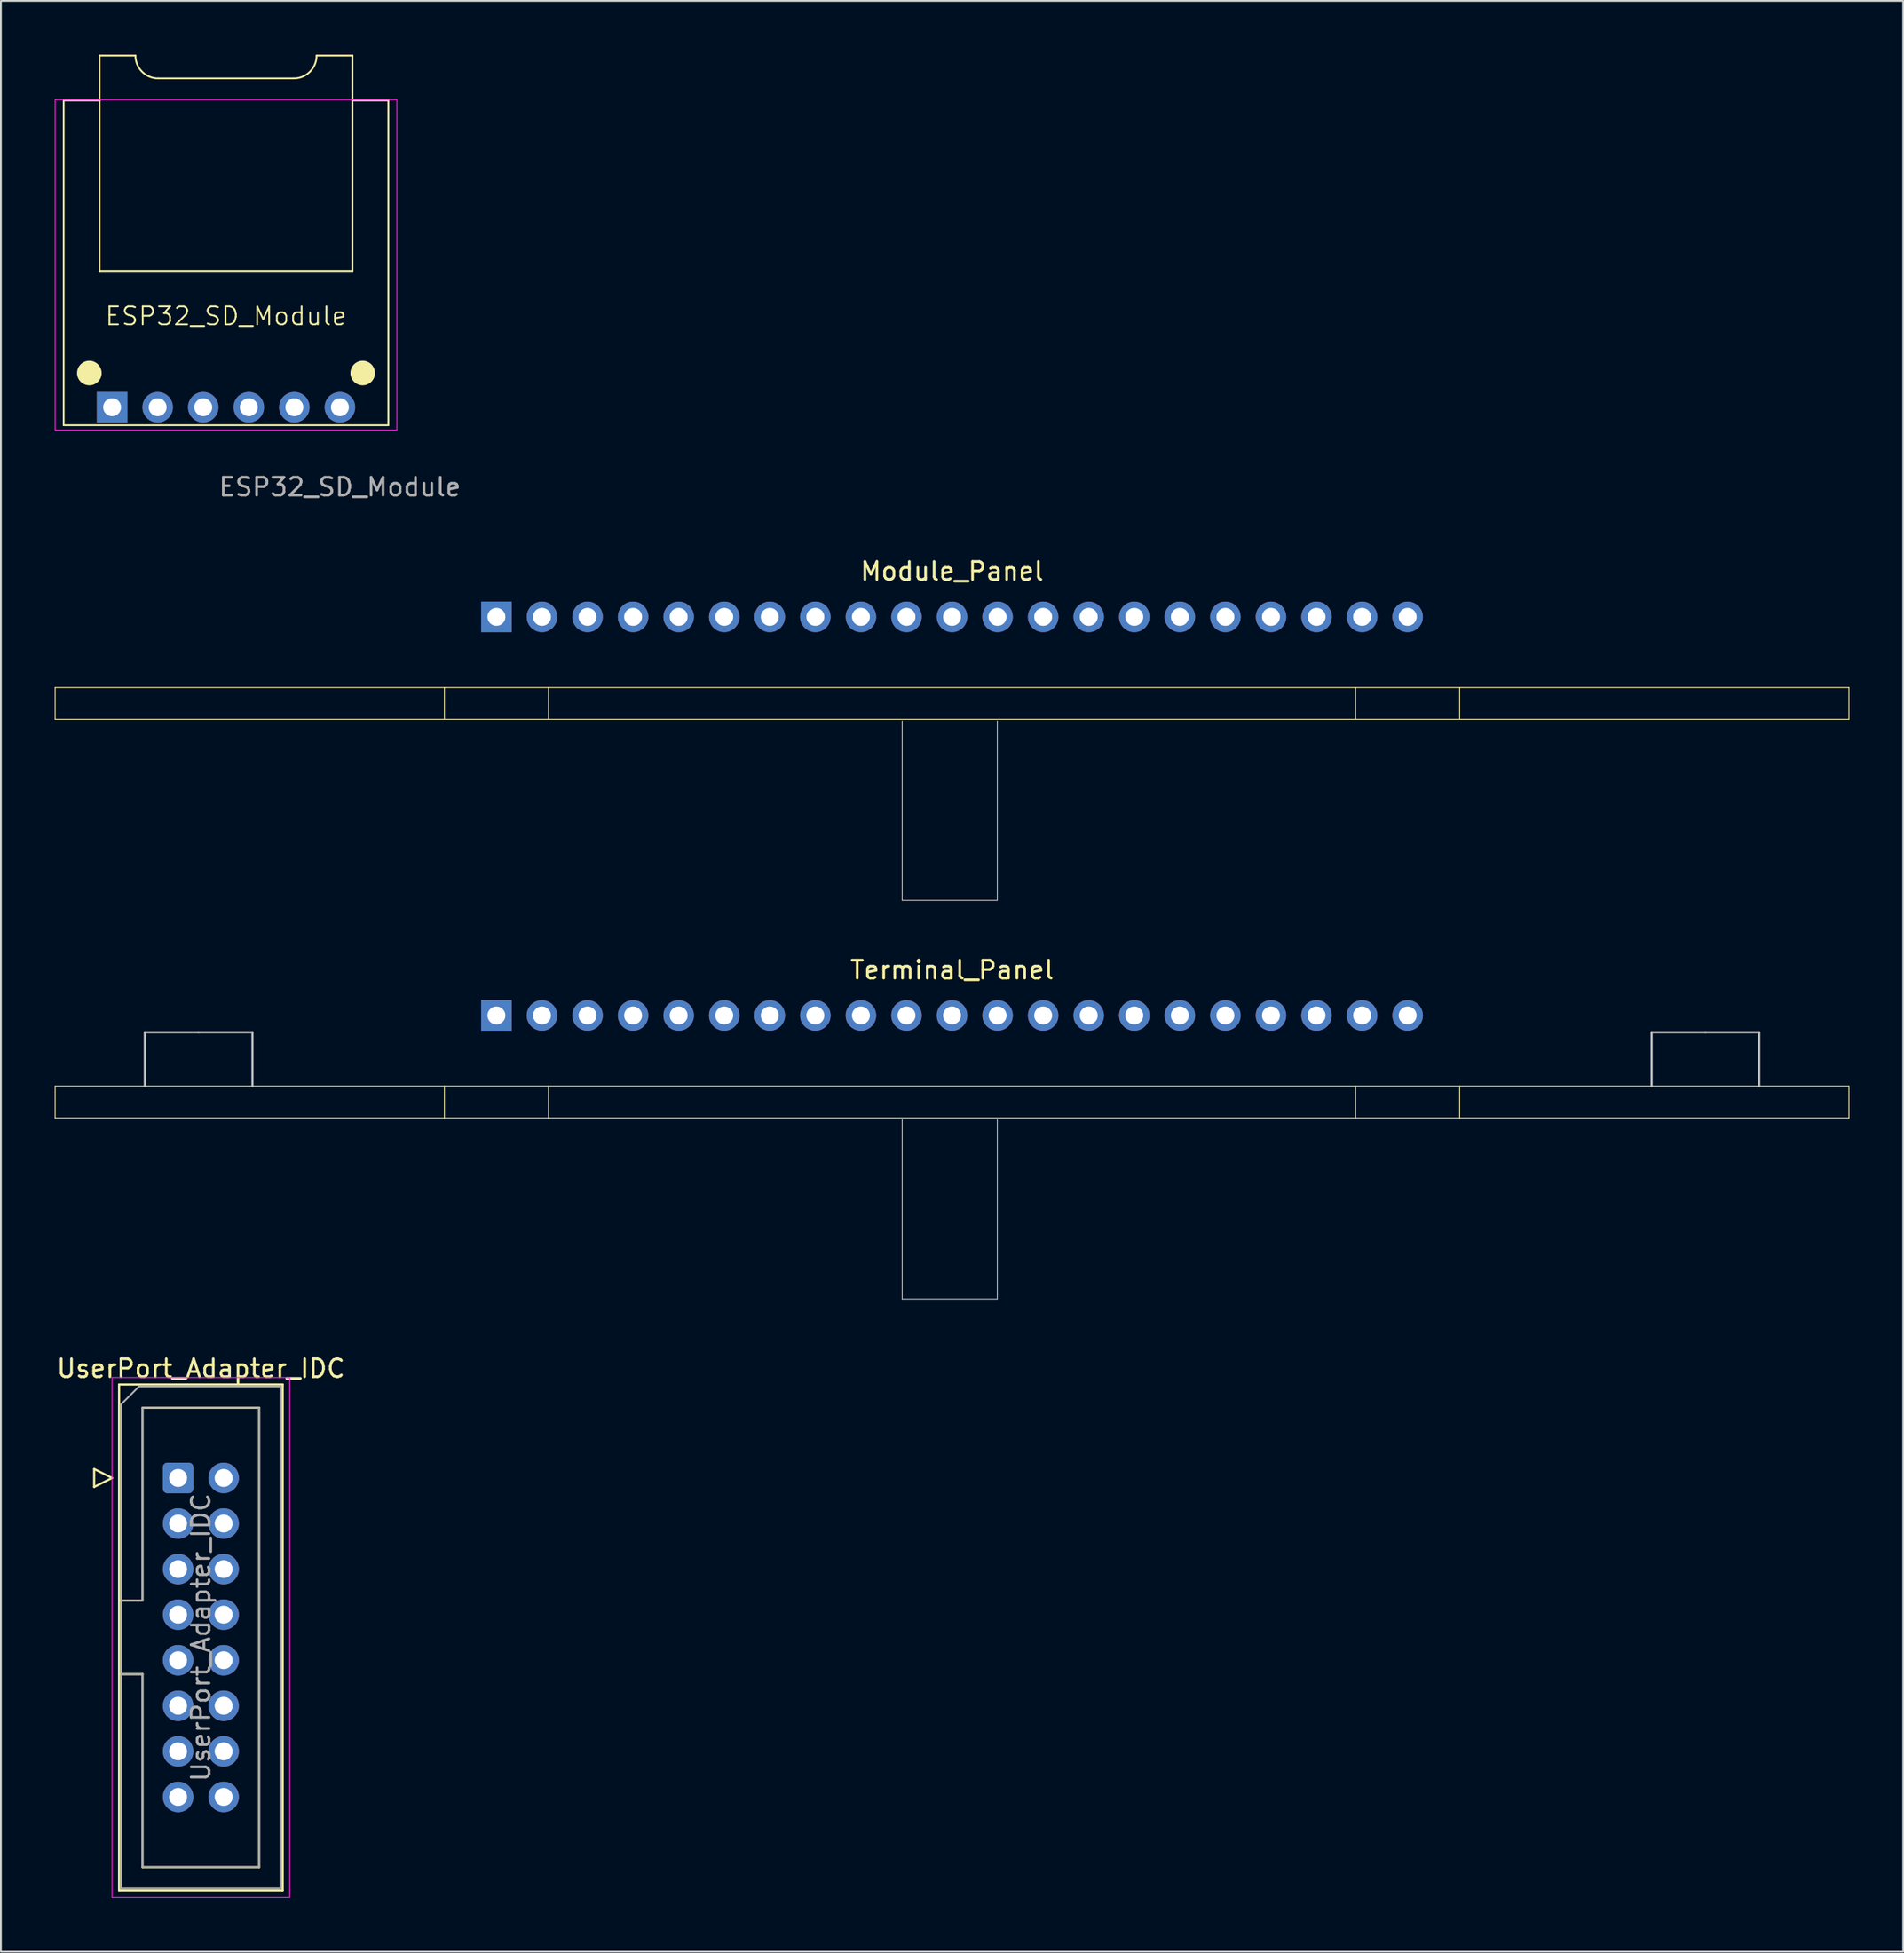
<source format=kicad_pcb>
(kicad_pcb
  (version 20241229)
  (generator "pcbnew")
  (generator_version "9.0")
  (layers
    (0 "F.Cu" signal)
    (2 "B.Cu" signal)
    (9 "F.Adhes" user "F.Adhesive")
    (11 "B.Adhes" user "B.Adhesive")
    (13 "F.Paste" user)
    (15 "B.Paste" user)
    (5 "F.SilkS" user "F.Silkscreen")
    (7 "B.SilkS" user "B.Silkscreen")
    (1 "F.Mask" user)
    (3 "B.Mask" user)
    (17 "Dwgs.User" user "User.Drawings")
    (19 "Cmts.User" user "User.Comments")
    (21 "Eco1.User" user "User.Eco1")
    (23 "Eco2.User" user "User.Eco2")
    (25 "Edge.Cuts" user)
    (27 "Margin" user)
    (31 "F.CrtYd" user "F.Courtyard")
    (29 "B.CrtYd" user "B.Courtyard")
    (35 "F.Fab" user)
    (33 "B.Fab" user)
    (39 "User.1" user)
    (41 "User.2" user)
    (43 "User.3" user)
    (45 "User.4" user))
  (footprint "UserPort_Adapter_IDC"
    (layer "F.Cu")
    (at 6.879 79.326)
    (property "Reference" "UserPort_Adapter_IDC" (at 1.27 -6.1 0) (layer "F.SilkS") (effects (font (size 1 1) (thickness 0.15))))
    (attr through_hole)
    (fp_line (start -4.68 -0.5) (end -4.68 0.5) (stroke (width 0.12) (type solid)) (layer "F.SilkS"))
    (fp_line (start -4.68 0.5) (end -3.68 0) (stroke (width 0.12) (type solid)) (layer "F.SilkS"))
    (fp_line (start -3.68 0) (end -4.68 -0.5) (stroke (width 0.12) (type solid)) (layer "F.SilkS"))
    (fp_line (start -3.29 -5.21) (end 5.83 -5.21) (stroke (width 0.12) (type solid)) (layer "F.SilkS"))
    (fp_line (start -3.29 6.84) (end -1.98 6.84) (stroke (width 0.12) (type solid)) (layer "F.SilkS"))
    (fp_line (start -3.29 22.99) (end -3.29 -5.21) (stroke (width 0.12) (type solid)) (layer "F.SilkS"))
    (fp_line (start -1.98 -3.91) (end 4.52 -3.91) (stroke (width 0.12) (type solid)) (layer "F.SilkS"))
    (fp_line (start -1.98 6.84) (end -1.98 -3.91) (stroke (width 0.12) (type solid)) (layer "F.SilkS"))
    (fp_line (start -1.98 10.94) (end -3.29 10.94) (stroke (width 0.12) (type solid)) (layer "F.SilkS"))
    (fp_line (start -1.98 10.94) (end -1.98 10.94) (stroke (width 0.12) (type solid)) (layer "F.SilkS"))
    (fp_line (start -1.98 21.69) (end -1.98 10.94) (stroke (width 0.12) (type solid)) (layer "F.SilkS"))
    (fp_line (start 4.52 -3.91) (end 4.52 21.69) (stroke (width 0.12) (type solid)) (layer "F.SilkS"))
    (fp_line (start 4.52 21.69) (end -1.98 21.69) (stroke (width 0.12) (type solid)) (layer "F.SilkS"))
    (fp_line (start 5.83 -5.21) (end 5.83 22.99) (stroke (width 0.12) (type solid)) (layer "F.SilkS"))
    (fp_line (start 5.83 22.99) (end -3.29 22.99) (stroke (width 0.12) (type solid)) (layer "F.SilkS"))
    (fp_line (start -3.68 -5.6) (end -3.68 23.38) (stroke (width 0.05) (type solid)) (layer "F.CrtYd"))
    (fp_line (start -3.68 23.38) (end 6.22 23.38) (stroke (width 0.05) (type solid)) (layer "F.CrtYd"))
    (fp_line (start 6.22 -5.6) (end -3.68 -5.6) (stroke (width 0.05) (type solid)) (layer "F.CrtYd"))
    (fp_line (start 6.22 23.38) (end 6.22 -5.6) (stroke (width 0.05) (type solid)) (layer "F.CrtYd"))
    (fp_line (start -3.18 -4.1) (end -2.18 -5.1) (stroke (width 0.1) (type solid)) (layer "F.Fab"))
    (fp_line (start -3.18 6.84) (end -1.98 6.84) (stroke (width 0.1) (type solid)) (layer "F.Fab"))
    (fp_line (start -3.18 22.88) (end -3.18 -4.1) (stroke (width 0.1) (type solid)) (layer "F.Fab"))
    (fp_line (start -2.18 -5.1) (end 5.72 -5.1) (stroke (width 0.1) (type solid)) (layer "F.Fab"))
    (fp_line (start -1.98 -3.91) (end 4.52 -3.91) (stroke (width 0.1) (type solid)) (layer "F.Fab"))
    (fp_line (start -1.98 6.84) (end -1.98 -3.91) (stroke (width 0.1) (type solid)) (layer "F.Fab"))
    (fp_line (start -1.98 10.94) (end -3.18 10.94) (stroke (width 0.1) (type solid)) (layer "F.Fab"))
    (fp_line (start -1.98 10.94) (end -1.98 10.94) (stroke (width 0.1) (type solid)) (layer "F.Fab"))
    (fp_line (start -1.98 21.69) (end -1.98 10.94) (stroke (width 0.1) (type solid)) (layer "F.Fab"))
    (fp_line (start 4.52 -3.91) (end 4.52 21.69) (stroke (width 0.1) (type solid)) (layer "F.Fab"))
    (fp_line (start 4.52 21.69) (end -1.98 21.69) (stroke (width 0.1) (type solid)) (layer "F.Fab"))
    (fp_line (start 5.72 -5.1) (end 5.72 22.88) (stroke (width 0.1) (type solid)) (layer "F.Fab"))
    (fp_line (start 5.72 22.88) (end -3.18 22.88) (stroke (width 0.1) (type solid)) (layer "F.Fab"))
    (fp_text user "${REFERENCE}" (at 1.27 8.89 90) (layer "F.Fab") (effects (font (size 1 1) (thickness 0.15))))
    (pad "1" thru_hole roundrect (at 0 0) (size 1.7 1.7) (drill 1) (layers "*.Cu" "*.Mask") (roundrect_rratio 0.147))
    (pad "2" thru_hole circle (at 0 2.54) (size 1.7 1.7) (drill 1) (layers "*.Cu" "*.Mask"))
    (pad "3" thru_hole circle (at 0 5.08) (size 1.7 1.7) (drill 1) (layers "*.Cu" "*.Mask"))
    (pad "4" thru_hole circle (at 0 7.62) (size 1.7 1.7) (drill 1) (layers "*.Cu" "*.Mask"))
    (pad "5" thru_hole circle (at 0 10.16) (size 1.7 1.7) (drill 1) (layers "*.Cu" "*.Mask"))
    (pad "6" thru_hole circle (at 0 12.7) (size 1.7 1.7) (drill 1) (layers "*.Cu" "*.Mask"))
    (pad "7" thru_hole circle (at 0 15.24) (size 1.7 1.7) (drill 1) (layers "*.Cu" "*.Mask"))
    (pad "8" thru_hole circle (at 0 17.78) (size 1.7 1.7) (drill 1) (layers "*.Cu" "*.Mask"))
    (pad "9" thru_hole circle (at 2.54 0) (size 1.7 1.7) (drill 1) (layers "*.Cu" "*.Mask"))
    (pad "10" thru_hole circle (at 2.54 2.54) (size 1.7 1.7) (drill 1) (layers "*.Cu" "*.Mask"))
    (pad "11" thru_hole circle (at 2.54 5.08) (size 1.7 1.7) (drill 1) (layers "*.Cu" "*.Mask"))
    (pad "12" thru_hole circle (at 2.54 7.62) (size 1.7 1.7) (drill 1) (layers "*.Cu" "*.Mask"))
    (pad "13" thru_hole circle (at 2.54 10.16) (size 1.7 1.7) (drill 1) (layers "*.Cu" "*.Mask"))
    (pad "14" thru_hole circle (at 2.54 12.7) (size 1.7 1.7) (drill 1) (layers "*.Cu" "*.Mask"))
    (pad "15" thru_hole circle (at 2.54 15.24) (size 1.7 1.7) (drill 1) (layers "*.Cu" "*.Mask"))
    (pad "16" thru_hole circle (at 2.54 17.78) (size 1.7 1.7) (drill 1) (layers "*.Cu" "*.Mask")))
  (footprint "Terminal_Panel"
    (layer "F.Cu")
    (at 50.025 53.549)
    (property "Reference" "Terminal_Panel" (at 0 -2.54 180) (layer "F.SilkS") (effects (font (size 1 1) (thickness 0.15))))
    (attr through_hole)
    (fp_line (start -50 3.937) (end -50 5.715) (stroke (width 0.05) (type solid)) (layer "F.SilkS"))
    (fp_line (start -50 3.937) (end 50 3.937) (stroke (width 0.05) (type solid)) (layer "F.SilkS"))
    (fp_line (start -50 5.715) (end 50 5.715) (stroke (width 0.05) (type solid)) (layer "F.SilkS"))
    (fp_line (start -28.3 3.937) (end -28.3 5.715) (stroke (width 0.05) (type solid)) (layer "F.SilkS"))
    (fp_line (start -22.5 3.937) (end -22.5 5.715) (stroke (width 0.05) (type solid)) (layer "F.SilkS"))
    (fp_line (start 22.5 5.715) (end 22.5 3.937) (stroke (width 0.05) (type solid)) (layer "F.SilkS"))
    (fp_line (start 28.3 5.715) (end 28.3 3.937) (stroke (width 0.05) (type solid)) (layer "F.SilkS"))
    (fp_line (start 50 3.937) (end 50 5.715) (stroke (width 0.05) (type solid)) (layer "F.SilkS"))
    (fp_line (start -45 3.937) (end -45 0.937) (stroke (width 0.12) (type solid)) (layer "Dwgs.User"))
    (fp_line (start -42 0.937) (end -45 0.937) (stroke (width 0.12) (type solid)) (layer "Dwgs.User"))
    (fp_line (start -39 0.937) (end -42 0.937) (stroke (width 0.12) (type solid)) (layer "Dwgs.User"))
    (fp_line (start -39 3.937) (end -39 0.937) (stroke (width 0.12) (type solid)) (layer "Dwgs.User"))
    (fp_line (start -2.777 15.804) (end -2.777 5.804) (stroke (width 0.05) (type solid)) (layer "Dwgs.User"))
    (fp_line (start -2.777 15.804) (end 2.523 15.804) (stroke (width 0.05) (type solid)) (layer "Dwgs.User"))
    (fp_line (start 2.523 15.804) (end 2.523 5.804) (stroke (width 0.05) (type solid)) (layer "Dwgs.User"))
    (fp_line (start 39 3.937) (end 39 0.937) (stroke (width 0.12) (type solid)) (layer "Dwgs.User"))
    (fp_line (start 42 0.937) (end 39 0.937) (stroke (width 0.12) (type solid)) (layer "Dwgs.User"))
    (fp_line (start 45 0.937) (end 42 0.937) (stroke (width 0.12) (type solid)) (layer "Dwgs.User"))
    (fp_line (start 45 3.937) (end 45 0.937) (stroke (width 0.12) (type solid)) (layer "Dwgs.User"))
    (pad "1" thru_hole rect (at -25.4 0) (size 1.7 1.7) (drill 1) (layers "*.Cu" "*.Mask"))
    (pad "2" thru_hole oval (at -22.86 0) (size 1.7 1.7) (drill 1) (layers "*.Cu" "*.Mask"))
    (pad "3" thru_hole oval (at -20.32 0) (size 1.7 1.7) (drill 1) (layers "*.Cu" "*.Mask"))
    (pad "4" thru_hole oval (at -17.78 0) (size 1.7 1.7) (drill 1) (layers "*.Cu" "*.Mask"))
    (pad "5" thru_hole oval (at -15.24 0) (size 1.7 1.7) (drill 1) (layers "*.Cu" "*.Mask"))
    (pad "6" thru_hole oval (at -12.7 0) (size 1.7 1.7) (drill 1) (layers "*.Cu" "*.Mask"))
    (pad "7" thru_hole oval (at -10.16 0) (size 1.7 1.7) (drill 1) (layers "*.Cu" "*.Mask"))
    (pad "8" thru_hole oval (at -7.62 0) (size 1.7 1.7) (drill 1) (layers "*.Cu" "*.Mask"))
    (pad "9" thru_hole oval (at -5.08 0) (size 1.7 1.7) (drill 1) (layers "*.Cu" "*.Mask"))
    (pad "10" thru_hole oval (at -2.54 0) (size 1.7 1.7) (drill 1) (layers "*.Cu" "*.Mask"))
    (pad "11" thru_hole oval (at 0 0) (size 1.7 1.7) (drill 1) (layers "*.Cu" "*.Mask"))
    (pad "12" thru_hole oval (at 2.54 0) (size 1.7 1.7) (drill 1) (layers "*.Cu" "*.Mask"))
    (pad "13" thru_hole oval (at 5.08 0) (size 1.7 1.7) (drill 1) (layers "*.Cu" "*.Mask"))
    (pad "14" thru_hole oval (at 7.62 0) (size 1.7 1.7) (drill 1) (layers "*.Cu" "*.Mask"))
    (pad "15" thru_hole oval (at 10.16 0) (size 1.7 1.7) (drill 1) (layers "*.Cu" "*.Mask"))
    (pad "16" thru_hole oval (at 12.7 0) (size 1.7 1.7) (drill 1) (layers "*.Cu" "*.Mask"))
    (pad "17" thru_hole oval (at 15.24 0) (size 1.7 1.7) (drill 1) (layers "*.Cu" "*.Mask"))
    (pad "18" thru_hole oval (at 17.78 0) (size 1.7 1.7) (drill 1) (layers "*.Cu" "*.Mask"))
    (pad "19" thru_hole oval (at 20.32 0) (size 1.7 1.7) (drill 1) (layers "*.Cu" "*.Mask"))
    (pad "20" thru_hole oval (at 22.86 0) (size 1.7 1.7) (drill 1) (layers "*.Cu" "*.Mask"))
    (pad "21" thru_hole oval (at 25.4 0) (size 1.7 1.7) (drill 1) (layers "*.Cu" "*.Mask")))
  (footprint "ESP32_SD_Module"
    (layer "F.Cu")
    (at 15.9 19.65)
    (property "Reference" "ESP32_SD_Module" (at -6.35 -5.08 0) (unlocked yes) (layer "F.SilkS") (effects (font (size 1 1) (thickness 0.1))))
    (attr through_hole)
    (fp_line (start -15.4 1) (end -15.4 -17.1) (stroke (width 0.1) (type default)) (layer "F.SilkS"))
    (fp_line (start -13.4 -17.1) (end -15.4 -17.1) (stroke (width 0.1) (type default)) (layer "F.SilkS"))
    (fp_line (start -13.4 -17.1) (end -13.4 -19.6) (stroke (width 0.1) (type default)) (layer "F.SilkS"))
    (fp_line (start -13.4 -17.1) (end -13.4 -7.6) (stroke (width 0.1) (type solid)) (layer "F.SilkS"))
    (fp_line (start -11.4 -19.6) (end -13.4 -19.6) (stroke (width 0.1) (type default)) (layer "F.SilkS"))
    (fp_line (start -10.13 -18.33) (end -2.57 -18.33) (stroke (width 0.1) (type default)) (layer "F.SilkS"))
    (fp_line (start -1.3 -19.6) (end 0.7 -19.6) (stroke (width 0.1) (type default)) (layer "F.SilkS"))
    (fp_line (start 0.7 -19.6) (end 0.7 -17.1) (stroke (width 0.1) (type default)) (layer "F.SilkS"))
    (fp_line (start 0.7 -7.6) (end -13.4 -7.6) (stroke (width 0.1) (type solid)) (layer "F.SilkS"))
    (fp_line (start 0.7 -7.6) (end 0.7 -17.1) (stroke (width 0.1) (type solid)) (layer "F.SilkS"))
    (fp_line (start 2.7 -17.1) (end 0.7 -17.1) (stroke (width 0.1) (type default)) (layer "F.SilkS"))
    (fp_line (start 2.7 1) (end -15.4 1) (stroke (width 0.1) (type default)) (layer "F.SilkS"))
    (fp_line (start 2.7 1) (end 2.7 -17.1) (stroke (width 0.1) (type default)) (layer "F.SilkS"))
    (fp_arc (start -10.13 -18.33) (mid -11.028026 -18.701974) (end -11.4 -19.6) (stroke (width 0.1) (type default)) (layer "F.SilkS"))
    (fp_arc (start -1.3 -19.6) (mid -1.671974 -18.701974) (end -2.57 -18.33) (stroke (width 0.1) (type default)) (layer "F.SilkS"))
    (fp_circle (center -13.97 -1.905) (end -13.335 -1.905) (stroke (width 0.1) (type solid)) (fill yes) (layer "F.SilkS"))
    (fp_circle (center 1.27 -1.905) (end 1.905 -1.905) (stroke (width 0.1) (type solid)) (fill yes) (layer "F.SilkS"))
    (fp_rect (start -15.875 -17.145) (end 3.175 1.27) (stroke (width 0.05) (type default)) (fill no) (layer "F.CrtYd"))
    (fp_text user "${REFERENCE}" (at 0 4.445 0) (unlocked yes) (layer "F.Fab") (effects (font (size 1 1) (thickness 0.15))))
    (pad "1" thru_hole rect (at -12.7 0 180) (size 1.7 1.7) (drill 1) (layers "*.Cu" "*.Mask"))
    (pad "2" thru_hole oval (at -10.16 0 180) (size 1.7 1.7) (drill 1) (layers "*.Cu" "*.Mask"))
    (pad "3" thru_hole oval (at -7.62 0 180) (size 1.7 1.7) (drill 1) (layers "*.Cu" "*.Mask"))
    (pad "4" thru_hole oval (at -5.08 0 180) (size 1.7 1.7) (drill 1) (layers "*.Cu" "*.Mask"))
    (pad "5" thru_hole oval (at -2.54 0 180) (size 1.7 1.7) (drill 1) (layers "*.Cu" "*.Mask"))
    (pad "6" thru_hole oval (at 0 0 180) (size 1.7 1.7) (drill 1) (layers "*.Cu" "*.Mask")))
  (footprint "Module_Panel"
    (layer "F.Cu")
    (at 50.025 31.331)
    (property "Reference" "Module_Panel" (at 0 -2.54 180) (layer "F.SilkS") (effects (font (size 1 1) (thickness 0.15))))
    (attr through_hole)
    (fp_line (start -50 3.937) (end -50 5.715) (stroke (width 0.05) (type solid)) (layer "F.SilkS"))
    (fp_line (start -50 3.937) (end 50 3.937) (stroke (width 0.05) (type solid)) (layer "F.SilkS"))
    (fp_line (start -50 5.715) (end 50 5.715) (stroke (width 0.05) (type solid)) (layer "F.SilkS"))
    (fp_line (start -28.3 3.937) (end -28.3 5.715) (stroke (width 0.05) (type solid)) (layer "F.SilkS"))
    (fp_line (start -22.5 3.937) (end -22.5 5.715) (stroke (width 0.05) (type solid)) (layer "F.SilkS"))
    (fp_line (start 22.5 5.715) (end 22.5 3.937) (stroke (width 0.05) (type solid)) (layer "F.SilkS"))
    (fp_line (start 28.3 5.715) (end 28.3 3.937) (stroke (width 0.05) (type solid)) (layer "F.SilkS"))
    (fp_line (start 50 3.937) (end 50 5.715) (stroke (width 0.05) (type solid)) (layer "F.SilkS"))
    (fp_line (start -2.777 15.804) (end -2.777 5.804) (stroke (width 0.05) (type solid)) (layer "Dwgs.User"))
    (fp_line (start -2.777 15.804) (end 2.523 15.804) (stroke (width 0.05) (type solid)) (layer "Dwgs.User"))
    (fp_line (start 2.523 15.804) (end 2.523 5.804) (stroke (width 0.05) (type solid)) (layer "Dwgs.User"))
    (pad "1" thru_hole rect (at -25.4 0) (size 1.7 1.7) (drill 1) (layers "*.Cu" "*.Mask"))
    (pad "2" thru_hole oval (at -22.86 0) (size 1.7 1.7) (drill 1) (layers "*.Cu" "*.Mask"))
    (pad "3" thru_hole oval (at -20.32 0) (size 1.7 1.7) (drill 1) (layers "*.Cu" "*.Mask"))
    (pad "4" thru_hole oval (at -17.78 0) (size 1.7 1.7) (drill 1) (layers "*.Cu" "*.Mask"))
    (pad "5" thru_hole oval (at -15.24 0) (size 1.7 1.7) (drill 1) (layers "*.Cu" "*.Mask"))
    (pad "6" thru_hole oval (at -12.7 0) (size 1.7 1.7) (drill 1) (layers "*.Cu" "*.Mask"))
    (pad "7" thru_hole oval (at -10.16 0) (size 1.7 1.7) (drill 1) (layers "*.Cu" "*.Mask"))
    (pad "8" thru_hole oval (at -7.62 0) (size 1.7 1.7) (drill 1) (layers "*.Cu" "*.Mask"))
    (pad "9" thru_hole oval (at -5.08 0) (size 1.7 1.7) (drill 1) (layers "*.Cu" "*.Mask"))
    (pad "10" thru_hole oval (at -2.54 0) (size 1.7 1.7) (drill 1) (layers "*.Cu" "*.Mask"))
    (pad "11" thru_hole oval (at 0 0) (size 1.7 1.7) (drill 1) (layers "*.Cu" "*.Mask"))
    (pad "12" thru_hole oval (at 2.54 0) (size 1.7 1.7) (drill 1) (layers "*.Cu" "*.Mask"))
    (pad "13" thru_hole oval (at 5.08 0) (size 1.7 1.7) (drill 1) (layers "*.Cu" "*.Mask"))
    (pad "14" thru_hole oval (at 7.62 0) (size 1.7 1.7) (drill 1) (layers "*.Cu" "*.Mask"))
    (pad "15" thru_hole oval (at 10.16 0) (size 1.7 1.7) (drill 1) (layers "*.Cu" "*.Mask"))
    (pad "16" thru_hole oval (at 12.7 0) (size 1.7 1.7) (drill 1) (layers "*.Cu" "*.Mask"))
    (pad "17" thru_hole oval (at 15.24 0) (size 1.7 1.7) (drill 1) (layers "*.Cu" "*.Mask"))
    (pad "18" thru_hole oval (at 17.78 0) (size 1.7 1.7) (drill 1) (layers "*.Cu" "*.Mask"))
    (pad "19" thru_hole oval (at 20.32 0) (size 1.7 1.7) (drill 1) (layers "*.Cu" "*.Mask"))
    (pad "20" thru_hole oval (at 22.86 0) (size 1.7 1.7) (drill 1) (layers "*.Cu" "*.Mask"))
    (pad "21" thru_hole oval (at 25.4 0) (size 1.7 1.7) (drill 1) (layers "*.Cu" "*.Mask")))
  (gr_rect
    (start -3 -3)
    (end 103.05 105.731)
    (stroke (width 0.1) (type default))
    (fill no)
    (layer "Edge.Cuts")))
</source>
